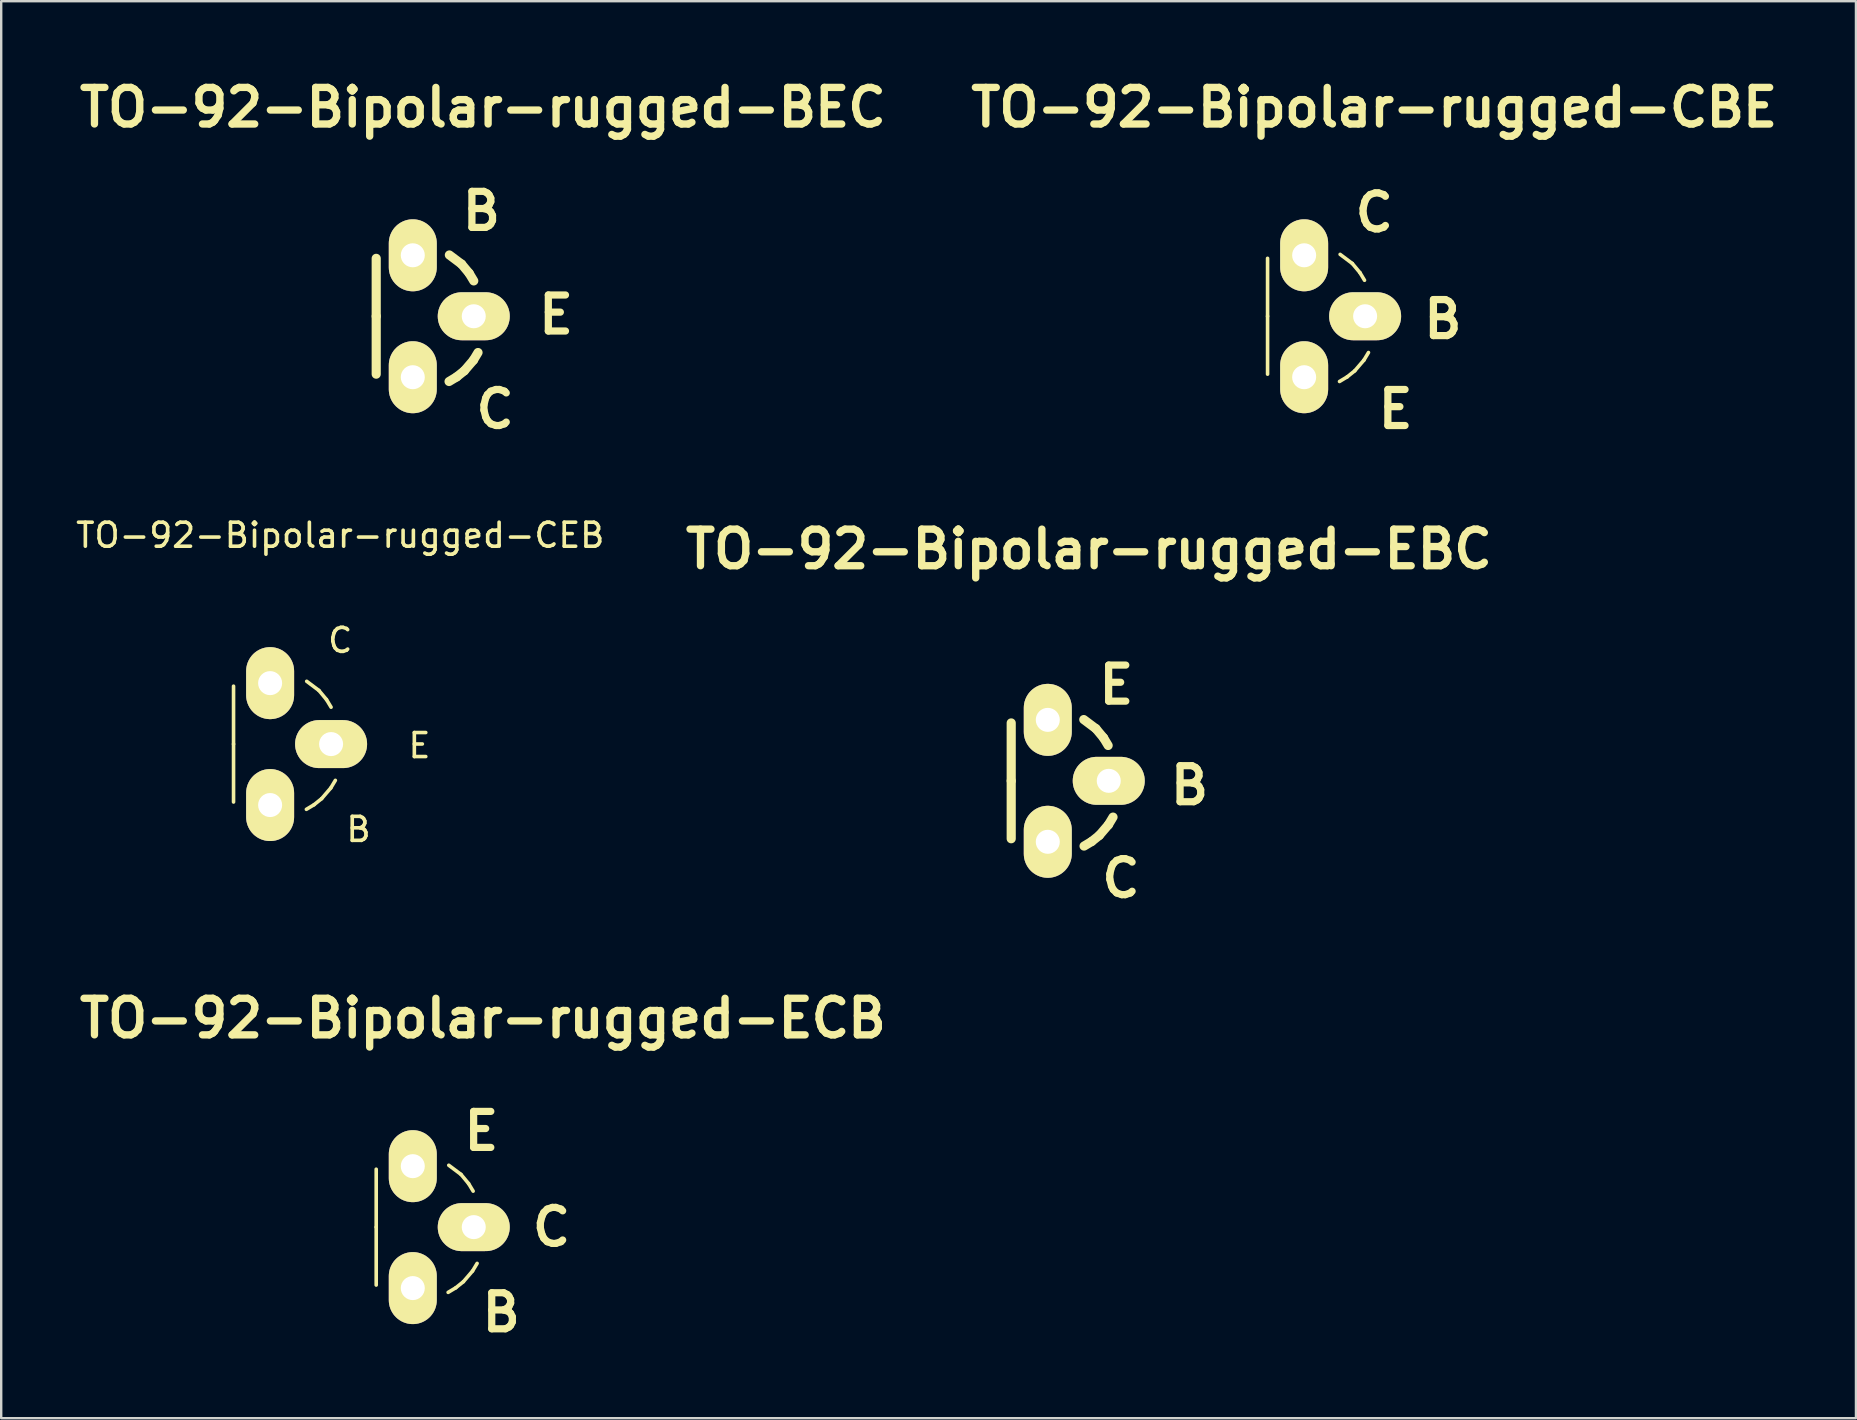
<source format=kicad_pcb>
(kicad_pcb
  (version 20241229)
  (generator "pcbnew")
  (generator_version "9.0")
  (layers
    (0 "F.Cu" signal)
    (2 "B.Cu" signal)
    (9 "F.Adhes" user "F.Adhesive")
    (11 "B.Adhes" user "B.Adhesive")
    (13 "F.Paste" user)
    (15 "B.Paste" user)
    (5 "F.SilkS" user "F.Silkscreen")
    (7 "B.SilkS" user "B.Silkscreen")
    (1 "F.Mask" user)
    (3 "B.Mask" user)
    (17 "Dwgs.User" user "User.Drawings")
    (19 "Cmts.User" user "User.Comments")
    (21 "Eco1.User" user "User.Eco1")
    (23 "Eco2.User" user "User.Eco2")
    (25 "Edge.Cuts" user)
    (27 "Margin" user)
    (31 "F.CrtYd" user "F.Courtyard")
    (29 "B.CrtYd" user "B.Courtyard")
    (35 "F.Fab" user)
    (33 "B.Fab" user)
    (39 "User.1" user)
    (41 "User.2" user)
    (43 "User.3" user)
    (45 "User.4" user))
  (footprint "TO-92-Bipolar-rugged-CEB"
    (layer "F.Cu")
    (at 8.204 27.951)
    (property "Reference" "TO-92-Bipolar-rugged-CEB" (at 2.921 -8.7 0) (layer "F.SilkS") (effects (font (size 1 1) (thickness 0.15))))
    (attr through_hole)
    (fp_line (start -1.524 0) (end -1.524 -2.413) (stroke (width 0.15) (type solid)) (layer "F.SilkS"))
    (fp_line (start -1.524 0) (end -1.524 2.413) (stroke (width 0.15) (type solid)) (layer "F.SilkS"))
    (fp_line (start 1.524 -2.616) (end 2.032 -2.235) (stroke (width 0.15) (type solid)) (layer "F.SilkS"))
    (fp_line (start 1.829 2.527) (end 1.511 2.718) (stroke (width 0.15) (type solid)) (layer "F.SilkS"))
    (fp_line (start 2.032 -2.235) (end 2.349 -1.854) (stroke (width 0.15) (type solid)) (layer "F.SilkS"))
    (fp_line (start 2.146 2.273) (end 1.829 2.527) (stroke (width 0.15) (type solid)) (layer "F.SilkS"))
    (fp_line (start 2.349 -1.854) (end 2.54 -1.537) (stroke (width 0.15) (type solid)) (layer "F.SilkS"))
    (fp_line (start 2.527 1.829) (end 2.146 2.273) (stroke (width 0.15) (type solid)) (layer "F.SilkS"))
    (fp_line (start 2.718 1.511) (end 2.527 1.829) (stroke (width 0.15) (type solid)) (layer "F.SilkS"))
    (fp_text user "E" (at 6.223 0.064 0) (layer "F.SilkS") (effects (font (size 1 1) (thickness 0.15))))
    (fp_text user "C" (at 2.921 -4.318 0) (layer "F.SilkS") (effects (font (size 1 1) (thickness 0.15))))
    (fp_text user "B" (at 3.683 3.556 0) (layer "F.SilkS") (effects (font (size 1 1) (thickness 0.15))))
    (pad "B" thru_hole oval (at 0 2.54) (size 1.999 3) (drill 1.001) (layers "*.Cu" "*.Mask" "F.SilkS"))
    (pad "C" thru_hole oval (at 0 -2.54) (size 1.999 3) (drill 1.001) (layers "*.Cu" "*.Mask" "F.SilkS"))
    (pad "E" thru_hole oval (at 2.54 0) (size 3 1.999) (drill 1.001) (layers "*.Cu" "*.Mask" "F.SilkS")))
  (footprint "TO-92-Bipolar-rugged-EBC"
    (layer "F.Cu")
    (at 40.604 29.482)
    (property "Reference" "TO-92-Bipolar-rugged-EBC" (at 1.714 -9.652 0) (layer "F.SilkS") (effects (font (size 1.524 1.524) (thickness 0.305))))
    (attr through_hole)
    (fp_line (start -1.524 0) (end -1.524 -2.413) (stroke (width 0.381) (type solid)) (layer "F.SilkS"))
    (fp_line (start -1.524 0) (end -1.524 2.413) (stroke (width 0.381) (type solid)) (layer "F.SilkS"))
    (fp_line (start 1.499 -2.553) (end 2.007 -2.172) (stroke (width 0.381) (type solid)) (layer "F.SilkS"))
    (fp_line (start 1.829 2.527) (end 1.511 2.718) (stroke (width 0.381) (type solid)) (layer "F.SilkS"))
    (fp_line (start 2.007 -2.172) (end 2.324 -1.791) (stroke (width 0.381) (type solid)) (layer "F.SilkS"))
    (fp_line (start 2.146 2.273) (end 1.829 2.527) (stroke (width 0.381) (type solid)) (layer "F.SilkS"))
    (fp_line (start 2.324 -1.791) (end 2.515 -1.473) (stroke (width 0.381) (type solid)) (layer "F.SilkS"))
    (fp_line (start 2.527 1.829) (end 2.146 2.273) (stroke (width 0.381) (type solid)) (layer "F.SilkS"))
    (fp_line (start 2.718 1.511) (end 2.527 1.829) (stroke (width 0.381) (type solid)) (layer "F.SilkS"))
    (fp_text user "B" (at 5.905 0.191 0) (layer "F.SilkS") (effects (font (size 1.501 1.501) (thickness 0.3))))
    (fp_text user "C" (at 3.048 4.064 0) (layer "F.SilkS") (effects (font (size 1.501 1.501) (thickness 0.3))))
    (fp_text user "E" (at 2.857 -4 0) (layer "F.SilkS") (effects (font (size 1.501 1.501) (thickness 0.3))))
    (pad "B" thru_hole oval (at 2.54 0) (size 3 1.999) (drill 1.001) (layers "*.Cu" "*.Mask" "F.SilkS"))
    (pad "C" thru_hole oval (at 0 2.54) (size 1.999 3) (drill 1.001) (layers "*.Cu" "*.Mask" "F.SilkS"))
    (pad "E" thru_hole oval (at 0 -2.54) (size 1.999 3) (drill 1.001) (layers "*.Cu" "*.Mask" "F.SilkS")))
  (footprint "TO-92-Bipolar-rugged-CBE"
    (layer "F.Cu")
    (at 51.285 10.126)
    (property "Reference" "TO-92-Bipolar-rugged-CBE" (at 2.921 -8.7 0) (layer "F.SilkS") (effects (font (size 1.524 1.524) (thickness 0.305))))
    (attr through_hole)
    (fp_line (start -1.524 0) (end -1.524 -2.413) (stroke (width 0.15) (type solid)) (layer "F.SilkS"))
    (fp_line (start -1.524 0) (end -1.524 2.413) (stroke (width 0.15) (type solid)) (layer "F.SilkS"))
    (fp_line (start 1.499 -2.578) (end 2.007 -2.197) (stroke (width 0.15) (type solid)) (layer "F.SilkS"))
    (fp_line (start 1.791 2.527) (end 1.473 2.718) (stroke (width 0.15) (type solid)) (layer "F.SilkS"))
    (fp_line (start 2.007 -2.197) (end 2.324 -1.816) (stroke (width 0.15) (type solid)) (layer "F.SilkS"))
    (fp_line (start 2.108 2.273) (end 1.791 2.527) (stroke (width 0.15) (type solid)) (layer "F.SilkS"))
    (fp_line (start 2.324 -1.816) (end 2.515 -1.499) (stroke (width 0.15) (type solid)) (layer "F.SilkS"))
    (fp_line (start 2.489 1.829) (end 2.108 2.273) (stroke (width 0.15) (type solid)) (layer "F.SilkS"))
    (fp_line (start 2.68 1.511) (end 2.489 1.829) (stroke (width 0.15) (type solid)) (layer "F.SilkS"))
    (fp_text user "B" (at 5.779 0.127 0) (layer "F.SilkS") (effects (font (size 1.501 1.501) (thickness 0.3))))
    (fp_text user "C" (at 2.921 -4.318 0) (layer "F.SilkS") (effects (font (size 1.501 1.501) (thickness 0.3))))
    (fp_text user "E" (at 3.81 3.873 0) (layer "F.SilkS") (effects (font (size 1.501 1.501) (thickness 0.3))))
    (pad "B" thru_hole oval (at 2.54 0) (size 3 1.999) (drill 1.001) (layers "*.Cu" "*.Mask" "F.SilkS"))
    (pad "C" thru_hole oval (at 0 -2.54) (size 1.999 3) (drill 1.001) (layers "*.Cu" "*.Mask" "F.SilkS"))
    (pad "E" thru_hole oval (at 0 2.54) (size 1.999 3) (drill 1.001) (layers "*.Cu" "*.Mask" "F.SilkS")))
  (footprint "TO-92-Bipolar-rugged-BEC"
    (layer "F.Cu")
    (at 14.148 10.126)
    (property "Reference" "TO-92-Bipolar-rugged-BEC" (at 2.921 -8.7 0) (layer "F.SilkS") (effects (font (size 1.524 1.524) (thickness 0.305))))
    (attr through_hole)
    (fp_line (start -1.524 0) (end -1.524 -2.413) (stroke (width 0.381) (type solid)) (layer "F.SilkS"))
    (fp_line (start -1.524 0) (end -1.524 2.413) (stroke (width 0.381) (type solid)) (layer "F.SilkS"))
    (fp_line (start 1.524 -2.553) (end 2.032 -2.172) (stroke (width 0.381) (type solid)) (layer "F.SilkS"))
    (fp_line (start 1.829 2.527) (end 1.511 2.718) (stroke (width 0.381) (type solid)) (layer "F.SilkS"))
    (fp_line (start 2.032 -2.172) (end 2.349 -1.791) (stroke (width 0.381) (type solid)) (layer "F.SilkS"))
    (fp_line (start 2.146 2.273) (end 1.829 2.527) (stroke (width 0.381) (type solid)) (layer "F.SilkS"))
    (fp_line (start 2.349 -1.791) (end 2.54 -1.473) (stroke (width 0.381) (type solid)) (layer "F.SilkS"))
    (fp_line (start 2.527 1.829) (end 2.146 2.273) (stroke (width 0.381) (type solid)) (layer "F.SilkS"))
    (fp_line (start 2.718 1.511) (end 2.527 1.829) (stroke (width 0.381) (type solid)) (layer "F.SilkS"))
    (fp_text user "C" (at 3.429 3.873 0) (layer "F.SilkS") (effects (font (size 1.501 1.501) (thickness 0.3))))
    (fp_text user "E" (at 5.969 -0.064 0) (layer "F.SilkS") (effects (font (size 1.501 1.501) (thickness 0.3))))
    (fp_text user "B" (at 2.857 -4.381 0) (layer "F.SilkS") (effects (font (size 1.501 1.501) (thickness 0.3))))
    (pad "B" thru_hole oval (at 0 -2.54) (size 1.999 3) (drill 1.001) (layers "*.Cu" "*.Mask" "F.SilkS"))
    (pad "C" thru_hole oval (at 0 2.54) (size 1.999 3) (drill 1.001) (layers "*.Cu" "*.Mask" "F.SilkS"))
    (pad "E" thru_hole oval (at 2.54 0) (size 3 1.999) (drill 1.001) (layers "*.Cu" "*.Mask" "F.SilkS")))
  (footprint "TO-92-Bipolar-rugged-ECB"
    (layer "F.Cu")
    (at 14.148 48.076)
    (property "Reference" "TO-92-Bipolar-rugged-ECB" (at 2.921 -8.7 0) (layer "F.SilkS") (effects (font (size 1.524 1.524) (thickness 0.305))))
    (attr through_hole)
    (fp_line (start -1.524 0) (end -1.524 -2.413) (stroke (width 0.15) (type solid)) (layer "F.SilkS"))
    (fp_line (start -1.524 0) (end -1.524 2.413) (stroke (width 0.15) (type solid)) (layer "F.SilkS"))
    (fp_line (start 1.499 -2.578) (end 2.007 -2.197) (stroke (width 0.15) (type solid)) (layer "F.SilkS"))
    (fp_line (start 1.791 2.527) (end 1.473 2.718) (stroke (width 0.15) (type solid)) (layer "F.SilkS"))
    (fp_line (start 2.007 -2.197) (end 2.324 -1.816) (stroke (width 0.15) (type solid)) (layer "F.SilkS"))
    (fp_line (start 2.108 2.273) (end 1.791 2.527) (stroke (width 0.15) (type solid)) (layer "F.SilkS"))
    (fp_line (start 2.324 -1.816) (end 2.515 -1.499) (stroke (width 0.15) (type solid)) (layer "F.SilkS"))
    (fp_line (start 2.489 1.829) (end 2.108 2.273) (stroke (width 0.15) (type solid)) (layer "F.SilkS"))
    (fp_line (start 2.68 1.511) (end 2.489 1.829) (stroke (width 0.15) (type solid)) (layer "F.SilkS"))
    (fp_text user "C" (at 5.779 0 0) (layer "F.SilkS") (effects (font (size 1.501 1.501) (thickness 0.3))))
    (fp_text user "E" (at 2.857 -4 0) (layer "F.SilkS") (effects (font (size 1.501 1.501) (thickness 0.3))))
    (fp_text user "B" (at 3.683 3.556 0) (layer "F.SilkS") (effects (font (size 1.501 1.501) (thickness 0.3))))
    (pad "B" thru_hole oval (at 0 2.54) (size 1.999 3) (drill 1.001) (layers "*.Cu" "*.Mask" "F.SilkS"))
    (pad "C" thru_hole oval (at 2.54 0) (size 3 1.999) (drill 1.001) (layers "*.Cu" "*.Mask" "F.SilkS"))
    (pad "E" thru_hole oval (at 0 -2.54) (size 1.999 3) (drill 1.001) (layers "*.Cu" "*.Mask" "F.SilkS")))
  (gr_rect
    (start -3 -3)
    (end 74.275 56.036)
    (stroke (width 0.1) (type default))
    (fill no)
    (layer "Edge.Cuts")))
</source>
